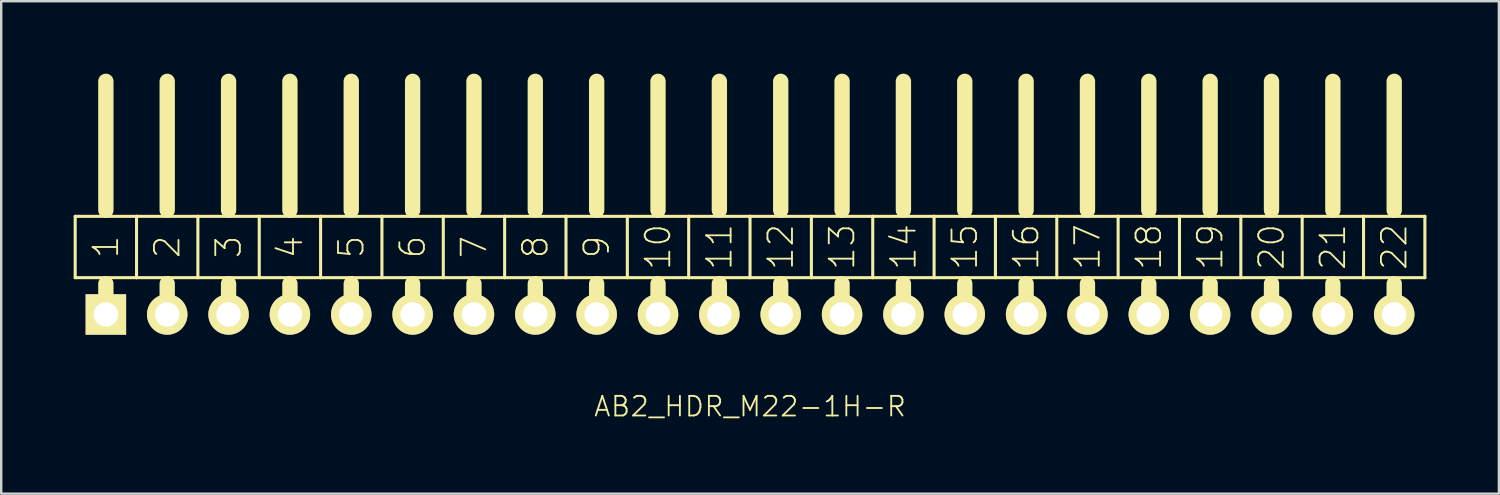
<source format=kicad_pcb>
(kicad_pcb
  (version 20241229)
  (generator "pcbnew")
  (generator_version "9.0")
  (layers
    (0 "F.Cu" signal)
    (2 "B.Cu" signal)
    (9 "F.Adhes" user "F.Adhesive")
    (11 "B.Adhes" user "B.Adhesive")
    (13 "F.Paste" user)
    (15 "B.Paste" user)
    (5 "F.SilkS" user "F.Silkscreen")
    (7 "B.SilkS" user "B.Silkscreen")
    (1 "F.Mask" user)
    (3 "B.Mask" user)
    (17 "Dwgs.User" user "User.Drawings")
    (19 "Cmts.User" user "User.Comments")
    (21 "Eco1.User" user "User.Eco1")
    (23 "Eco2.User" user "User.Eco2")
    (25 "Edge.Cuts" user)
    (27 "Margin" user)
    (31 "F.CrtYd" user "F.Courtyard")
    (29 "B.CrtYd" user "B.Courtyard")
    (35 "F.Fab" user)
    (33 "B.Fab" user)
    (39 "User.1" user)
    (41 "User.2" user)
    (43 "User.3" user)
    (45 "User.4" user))
  (footprint "AB2_HDR_M22-1H-R"
    (layer "F.Cu")
    (at 28.003 9.97)
    (property "Reference" "AB2_HDR_M22-1H-R" (at 0 3.81 0) (layer "F.SilkS") (effects (font (size 0.813 0.813) (thickness 0.076))))
    (attr through_hole)
    (fp_line (start -27.94 -4.064) (end -27.94 -1.524) (stroke (width 0.127) (type solid)) (layer "F.SilkS"))
    (fp_line (start -27.94 -1.524) (end -26.67 -1.524) (stroke (width 0.127) (type solid)) (layer "F.SilkS"))
    (fp_line (start -26.67 -4.318) (end -26.67 -9.652) (stroke (width 0.635) (type solid)) (layer "F.SilkS"))
    (fp_line (start -26.67 -1.524) (end -25.4 -1.524) (stroke (width 0.127) (type solid)) (layer "F.SilkS"))
    (fp_line (start -26.67 -1.27) (end -26.67 0) (stroke (width 0.635) (type solid)) (layer "F.SilkS"))
    (fp_line (start -25.4 -4.064) (end -27.94 -4.064) (stroke (width 0.127) (type solid)) (layer "F.SilkS"))
    (fp_line (start -25.4 -1.524) (end -25.4 -4.064) (stroke (width 0.127) (type solid)) (layer "F.SilkS"))
    (fp_line (start -25.4 -1.524) (end -24.13 -1.524) (stroke (width 0.127) (type solid)) (layer "F.SilkS"))
    (fp_line (start -24.13 -4.318) (end -24.13 -9.652) (stroke (width 0.635) (type solid)) (layer "F.SilkS"))
    (fp_line (start -24.13 -1.524) (end -22.86 -1.524) (stroke (width 0.127) (type solid)) (layer "F.SilkS"))
    (fp_line (start -24.13 -1.27) (end -24.13 0) (stroke (width 0.635) (type solid)) (layer "F.SilkS"))
    (fp_line (start -22.86 -4.064) (end -25.4 -4.064) (stroke (width 0.127) (type solid)) (layer "F.SilkS"))
    (fp_line (start -22.86 -1.524) (end -22.86 -4.064) (stroke (width 0.127) (type solid)) (layer "F.SilkS"))
    (fp_line (start -22.86 -1.524) (end -21.59 -1.524) (stroke (width 0.127) (type solid)) (layer "F.SilkS"))
    (fp_line (start -21.59 -4.318) (end -21.59 -9.652) (stroke (width 0.635) (type solid)) (layer "F.SilkS"))
    (fp_line (start -21.59 -1.524) (end -20.32 -1.524) (stroke (width 0.127) (type solid)) (layer "F.SilkS"))
    (fp_line (start -21.59 -1.27) (end -21.59 0) (stroke (width 0.635) (type solid)) (layer "F.SilkS"))
    (fp_line (start -20.32 -4.064) (end -22.86 -4.064) (stroke (width 0.127) (type solid)) (layer "F.SilkS"))
    (fp_line (start -20.32 -1.524) (end -20.32 -4.064) (stroke (width 0.127) (type solid)) (layer "F.SilkS"))
    (fp_line (start -20.32 -1.524) (end -19.05 -1.524) (stroke (width 0.127) (type solid)) (layer "F.SilkS"))
    (fp_line (start -19.05 -4.318) (end -19.05 -9.652) (stroke (width 0.635) (type solid)) (layer "F.SilkS"))
    (fp_line (start -19.05 -1.524) (end -17.78 -1.524) (stroke (width 0.127) (type solid)) (layer "F.SilkS"))
    (fp_line (start -19.05 -1.27) (end -19.05 0) (stroke (width 0.635) (type solid)) (layer "F.SilkS"))
    (fp_line (start -17.78 -4.064) (end -20.32 -4.064) (stroke (width 0.127) (type solid)) (layer "F.SilkS"))
    (fp_line (start -17.78 -1.524) (end -17.78 -4.064) (stroke (width 0.127) (type solid)) (layer "F.SilkS"))
    (fp_line (start -17.78 -1.524) (end -16.51 -1.524) (stroke (width 0.127) (type solid)) (layer "F.SilkS"))
    (fp_line (start -16.51 -4.318) (end -16.51 -9.652) (stroke (width 0.635) (type solid)) (layer "F.SilkS"))
    (fp_line (start -16.51 -1.524) (end -15.24 -1.524) (stroke (width 0.127) (type solid)) (layer "F.SilkS"))
    (fp_line (start -16.51 -1.27) (end -16.51 0) (stroke (width 0.635) (type solid)) (layer "F.SilkS"))
    (fp_line (start -15.24 -4.064) (end -17.78 -4.064) (stroke (width 0.127) (type solid)) (layer "F.SilkS"))
    (fp_line (start -15.24 -1.524) (end -15.24 -4.064) (stroke (width 0.127) (type solid)) (layer "F.SilkS"))
    (fp_line (start -15.24 -1.524) (end -13.97 -1.524) (stroke (width 0.127) (type solid)) (layer "F.SilkS"))
    (fp_line (start -13.97 -4.318) (end -13.97 -9.652) (stroke (width 0.635) (type solid)) (layer "F.SilkS"))
    (fp_line (start -13.97 -1.524) (end -12.7 -1.524) (stroke (width 0.127) (type solid)) (layer "F.SilkS"))
    (fp_line (start -13.97 -1.27) (end -13.97 0) (stroke (width 0.635) (type solid)) (layer "F.SilkS"))
    (fp_line (start -12.7 -4.064) (end -15.24 -4.064) (stroke (width 0.127) (type solid)) (layer "F.SilkS"))
    (fp_line (start -12.7 -1.524) (end -12.7 -4.064) (stroke (width 0.127) (type solid)) (layer "F.SilkS"))
    (fp_line (start -12.7 -1.524) (end -11.43 -1.524) (stroke (width 0.127) (type solid)) (layer "F.SilkS"))
    (fp_line (start -11.43 -4.318) (end -11.43 -9.652) (stroke (width 0.635) (type solid)) (layer "F.SilkS"))
    (fp_line (start -11.43 -1.524) (end -10.16 -1.524) (stroke (width 0.127) (type solid)) (layer "F.SilkS"))
    (fp_line (start -11.43 -1.27) (end -11.43 0) (stroke (width 0.635) (type solid)) (layer "F.SilkS"))
    (fp_line (start -10.16 -4.064) (end -12.7 -4.064) (stroke (width 0.127) (type solid)) (layer "F.SilkS"))
    (fp_line (start -10.16 -1.524) (end -10.16 -4.064) (stroke (width 0.127) (type solid)) (layer "F.SilkS"))
    (fp_line (start -10.16 -1.524) (end -8.89 -1.524) (stroke (width 0.127) (type solid)) (layer "F.SilkS"))
    (fp_line (start -8.89 -4.318) (end -8.89 -9.652) (stroke (width 0.635) (type solid)) (layer "F.SilkS"))
    (fp_line (start -8.89 -1.524) (end -7.62 -1.524) (stroke (width 0.127) (type solid)) (layer "F.SilkS"))
    (fp_line (start -8.89 -1.27) (end -8.89 0) (stroke (width 0.635) (type solid)) (layer "F.SilkS"))
    (fp_line (start -7.62 -4.064) (end -10.16 -4.064) (stroke (width 0.127) (type solid)) (layer "F.SilkS"))
    (fp_line (start -7.62 -1.524) (end -7.62 -4.064) (stroke (width 0.127) (type solid)) (layer "F.SilkS"))
    (fp_line (start -7.62 -1.524) (end -6.35 -1.524) (stroke (width 0.127) (type solid)) (layer "F.SilkS"))
    (fp_line (start -6.35 -4.318) (end -6.35 -9.652) (stroke (width 0.635) (type solid)) (layer "F.SilkS"))
    (fp_line (start -6.35 -1.524) (end -5.08 -1.524) (stroke (width 0.127) (type solid)) (layer "F.SilkS"))
    (fp_line (start -6.35 -1.27) (end -6.35 0) (stroke (width 0.635) (type solid)) (layer "F.SilkS"))
    (fp_line (start -5.08 -4.064) (end -7.62 -4.064) (stroke (width 0.127) (type solid)) (layer "F.SilkS"))
    (fp_line (start -5.08 -1.524) (end -5.08 -4.064) (stroke (width 0.127) (type solid)) (layer "F.SilkS"))
    (fp_line (start -5.08 -1.524) (end -3.81 -1.524) (stroke (width 0.127) (type solid)) (layer "F.SilkS"))
    (fp_line (start -3.81 -4.318) (end -3.81 -9.652) (stroke (width 0.635) (type solid)) (layer "F.SilkS"))
    (fp_line (start -3.81 -1.524) (end -2.54 -1.524) (stroke (width 0.127) (type solid)) (layer "F.SilkS"))
    (fp_line (start -3.81 -1.27) (end -3.81 0) (stroke (width 0.635) (type solid)) (layer "F.SilkS"))
    (fp_line (start -2.54 -4.064) (end -5.08 -4.064) (stroke (width 0.127) (type solid)) (layer "F.SilkS"))
    (fp_line (start -2.54 -1.524) (end -2.54 -4.064) (stroke (width 0.127) (type solid)) (layer "F.SilkS"))
    (fp_line (start -2.54 -1.524) (end -1.27 -1.524) (stroke (width 0.127) (type solid)) (layer "F.SilkS"))
    (fp_line (start -1.27 -4.318) (end -1.27 -9.652) (stroke (width 0.635) (type solid)) (layer "F.SilkS"))
    (fp_line (start -1.27 -1.524) (end 0 -1.524) (stroke (width 0.127) (type solid)) (layer "F.SilkS"))
    (fp_line (start -1.27 -1.27) (end -1.27 0) (stroke (width 0.635) (type solid)) (layer "F.SilkS"))
    (fp_line (start 0 -4.064) (end -2.54 -4.064) (stroke (width 0.127) (type solid)) (layer "F.SilkS"))
    (fp_line (start 0 -1.524) (end 0 -4.064) (stroke (width 0.127) (type solid)) (layer "F.SilkS"))
    (fp_line (start 0 -1.524) (end 1.27 -1.524) (stroke (width 0.127) (type solid)) (layer "F.SilkS"))
    (fp_line (start 1.27 -4.318) (end 1.27 -9.652) (stroke (width 0.635) (type solid)) (layer "F.SilkS"))
    (fp_line (start 1.27 -1.524) (end 2.54 -1.524) (stroke (width 0.127) (type solid)) (layer "F.SilkS"))
    (fp_line (start 1.27 -1.27) (end 1.27 0) (stroke (width 0.635) (type solid)) (layer "F.SilkS"))
    (fp_line (start 2.54 -4.064) (end 0 -4.064) (stroke (width 0.127) (type solid)) (layer "F.SilkS"))
    (fp_line (start 2.54 -1.524) (end 2.54 -4.064) (stroke (width 0.127) (type solid)) (layer "F.SilkS"))
    (fp_line (start 2.54 -1.524) (end 3.81 -1.524) (stroke (width 0.127) (type solid)) (layer "F.SilkS"))
    (fp_line (start 3.81 -4.318) (end 3.81 -9.652) (stroke (width 0.635) (type solid)) (layer "F.SilkS"))
    (fp_line (start 3.81 -1.524) (end 5.08 -1.524) (stroke (width 0.127) (type solid)) (layer "F.SilkS"))
    (fp_line (start 3.81 -1.27) (end 3.81 0) (stroke (width 0.635) (type solid)) (layer "F.SilkS"))
    (fp_line (start 5.08 -4.064) (end 2.54 -4.064) (stroke (width 0.127) (type solid)) (layer "F.SilkS"))
    (fp_line (start 5.08 -1.524) (end 5.08 -4.064) (stroke (width 0.127) (type solid)) (layer "F.SilkS"))
    (fp_line (start 5.08 -1.524) (end 6.35 -1.524) (stroke (width 0.127) (type solid)) (layer "F.SilkS"))
    (fp_line (start 6.35 -4.318) (end 6.35 -9.652) (stroke (width 0.635) (type solid)) (layer "F.SilkS"))
    (fp_line (start 6.35 -1.524) (end 7.62 -1.524) (stroke (width 0.127) (type solid)) (layer "F.SilkS"))
    (fp_line (start 6.35 -1.27) (end 6.35 0) (stroke (width 0.635) (type solid)) (layer "F.SilkS"))
    (fp_line (start 7.62 -4.064) (end 5.08 -4.064) (stroke (width 0.127) (type solid)) (layer "F.SilkS"))
    (fp_line (start 7.62 -1.524) (end 7.62 -4.064) (stroke (width 0.127) (type solid)) (layer "F.SilkS"))
    (fp_line (start 7.62 -1.524) (end 8.89 -1.524) (stroke (width 0.127) (type solid)) (layer "F.SilkS"))
    (fp_line (start 8.89 -4.318) (end 8.89 -9.652) (stroke (width 0.635) (type solid)) (layer "F.SilkS"))
    (fp_line (start 8.89 -1.524) (end 10.16 -1.524) (stroke (width 0.127) (type solid)) (layer "F.SilkS"))
    (fp_line (start 8.89 -1.27) (end 8.89 0) (stroke (width 0.635) (type solid)) (layer "F.SilkS"))
    (fp_line (start 10.16 -4.064) (end 7.62 -4.064) (stroke (width 0.127) (type solid)) (layer "F.SilkS"))
    (fp_line (start 10.16 -1.524) (end 10.16 -4.064) (stroke (width 0.127) (type solid)) (layer "F.SilkS"))
    (fp_line (start 10.16 -1.524) (end 11.43 -1.524) (stroke (width 0.127) (type solid)) (layer "F.SilkS"))
    (fp_line (start 11.43 -4.318) (end 11.43 -9.652) (stroke (width 0.635) (type solid)) (layer "F.SilkS"))
    (fp_line (start 11.43 -1.524) (end 12.7 -1.524) (stroke (width 0.127) (type solid)) (layer "F.SilkS"))
    (fp_line (start 11.43 -1.27) (end 11.43 0) (stroke (width 0.635) (type solid)) (layer "F.SilkS"))
    (fp_line (start 12.7 -4.064) (end 10.16 -4.064) (stroke (width 0.127) (type solid)) (layer "F.SilkS"))
    (fp_line (start 12.7 -1.524) (end 12.7 -4.064) (stroke (width 0.127) (type solid)) (layer "F.SilkS"))
    (fp_line (start 12.7 -1.524) (end 13.97 -1.524) (stroke (width 0.127) (type solid)) (layer "F.SilkS"))
    (fp_line (start 13.97 -4.318) (end 13.97 -9.652) (stroke (width 0.635) (type solid)) (layer "F.SilkS"))
    (fp_line (start 13.97 -1.524) (end 15.24 -1.524) (stroke (width 0.127) (type solid)) (layer "F.SilkS"))
    (fp_line (start 13.97 -1.27) (end 13.97 0) (stroke (width 0.635) (type solid)) (layer "F.SilkS"))
    (fp_line (start 15.24 -4.064) (end 12.7 -4.064) (stroke (width 0.127) (type solid)) (layer "F.SilkS"))
    (fp_line (start 15.24 -1.524) (end 15.24 -4.064) (stroke (width 0.127) (type solid)) (layer "F.SilkS"))
    (fp_line (start 15.24 -1.524) (end 16.51 -1.524) (stroke (width 0.127) (type solid)) (layer "F.SilkS"))
    (fp_line (start 16.51 -4.318) (end 16.51 -9.652) (stroke (width 0.635) (type solid)) (layer "F.SilkS"))
    (fp_line (start 16.51 -1.524) (end 17.78 -1.524) (stroke (width 0.127) (type solid)) (layer "F.SilkS"))
    (fp_line (start 16.51 -1.27) (end 16.51 0) (stroke (width 0.635) (type solid)) (layer "F.SilkS"))
    (fp_line (start 17.78 -4.064) (end 15.24 -4.064) (stroke (width 0.127) (type solid)) (layer "F.SilkS"))
    (fp_line (start 17.78 -1.524) (end 17.78 -4.064) (stroke (width 0.127) (type solid)) (layer "F.SilkS"))
    (fp_line (start 17.78 -1.524) (end 19.05 -1.524) (stroke (width 0.127) (type solid)) (layer "F.SilkS"))
    (fp_line (start 19.05 -4.318) (end 19.05 -9.652) (stroke (width 0.635) (type solid)) (layer "F.SilkS"))
    (fp_line (start 19.05 -1.524) (end 20.32 -1.524) (stroke (width 0.127) (type solid)) (layer "F.SilkS"))
    (fp_line (start 19.05 -1.27) (end 19.05 0) (stroke (width 0.635) (type solid)) (layer "F.SilkS"))
    (fp_line (start 20.32 -4.064) (end 17.78 -4.064) (stroke (width 0.127) (type solid)) (layer "F.SilkS"))
    (fp_line (start 20.32 -1.524) (end 20.32 -4.064) (stroke (width 0.127) (type solid)) (layer "F.SilkS"))
    (fp_line (start 20.32 -1.524) (end 21.59 -1.524) (stroke (width 0.127) (type solid)) (layer "F.SilkS"))
    (fp_line (start 21.59 -4.318) (end 21.59 -9.652) (stroke (width 0.635) (type solid)) (layer "F.SilkS"))
    (fp_line (start 21.59 -1.524) (end 22.86 -1.524) (stroke (width 0.127) (type solid)) (layer "F.SilkS"))
    (fp_line (start 21.59 -1.27) (end 21.59 0) (stroke (width 0.635) (type solid)) (layer "F.SilkS"))
    (fp_line (start 22.86 -4.064) (end 20.32 -4.064) (stroke (width 0.127) (type solid)) (layer "F.SilkS"))
    (fp_line (start 22.86 -1.524) (end 22.86 -4.064) (stroke (width 0.127) (type solid)) (layer "F.SilkS"))
    (fp_line (start 22.86 -1.524) (end 24.13 -1.524) (stroke (width 0.127) (type solid)) (layer "F.SilkS"))
    (fp_line (start 24.13 -4.318) (end 24.13 -9.652) (stroke (width 0.635) (type solid)) (layer "F.SilkS"))
    (fp_line (start 24.13 -1.524) (end 25.4 -1.524) (stroke (width 0.127) (type solid)) (layer "F.SilkS"))
    (fp_line (start 24.13 -1.27) (end 24.13 0) (stroke (width 0.635) (type solid)) (layer "F.SilkS"))
    (fp_line (start 25.4 -4.064) (end 22.86 -4.064) (stroke (width 0.127) (type solid)) (layer "F.SilkS"))
    (fp_line (start 25.4 -1.524) (end 25.4 -4.064) (stroke (width 0.127) (type solid)) (layer "F.SilkS"))
    (fp_line (start 25.4 -1.524) (end 26.67 -1.524) (stroke (width 0.127) (type solid)) (layer "F.SilkS"))
    (fp_line (start 26.67 -4.318) (end 26.67 -9.652) (stroke (width 0.635) (type solid)) (layer "F.SilkS"))
    (fp_line (start 26.67 -1.524) (end 27.94 -1.524) (stroke (width 0.127) (type solid)) (layer "F.SilkS"))
    (fp_line (start 26.67 -1.27) (end 26.67 0) (stroke (width 0.635) (type solid)) (layer "F.SilkS"))
    (fp_line (start 27.94 -4.064) (end 25.4 -4.064) (stroke (width 0.127) (type solid)) (layer "F.SilkS"))
    (fp_line (start 27.94 -1.524) (end 27.94 -4.064) (stroke (width 0.127) (type solid)) (layer "F.SilkS"))
    (fp_text user "22" (at 26.67 -2.794 90) (layer "F.SilkS") (effects (font (size 1.016 1.016) (thickness 0.076))))
    (fp_text user "16" (at 11.43 -2.794 90) (layer "F.SilkS") (effects (font (size 1.016 1.016) (thickness 0.076))))
    (fp_text user "4" (at -19.05 -2.794 90) (layer "F.SilkS") (effects (font (size 1.016 1.016) (thickness 0.076))))
    (fp_text user "17" (at 13.97 -2.794 90) (layer "F.SilkS") (effects (font (size 1.016 1.016) (thickness 0.076))))
    (fp_text user "1" (at -26.67 -2.794 270) (layer "F.SilkS") (effects (font (size 1.016 1.016) (thickness 0.076))))
    (fp_text user "12" (at 1.27 -2.794 90) (layer "F.SilkS") (effects (font (size 1.016 1.016) (thickness 0.076))))
    (fp_text user "15" (at 8.89 -2.794 90) (layer "F.SilkS") (effects (font (size 1.016 1.016) (thickness 0.076))))
    (fp_text user "20" (at 21.59 -2.794 90) (layer "F.SilkS") (effects (font (size 1.016 1.016) (thickness 0.076))))
    (fp_text user "9" (at -6.35 -2.794 90) (layer "F.SilkS") (effects (font (size 1.016 1.016) (thickness 0.076))))
    (fp_text user "8" (at -8.89 -2.794 90) (layer "F.SilkS") (effects (font (size 1.016 1.016) (thickness 0.076))))
    (fp_text user "5" (at -16.51 -2.794 90) (layer "F.SilkS") (effects (font (size 1.016 1.016) (thickness 0.076))))
    (fp_text user "7" (at -11.43 -2.794 90) (layer "F.SilkS") (effects (font (size 1.016 1.016) (thickness 0.076))))
    (fp_text user "18" (at 16.51 -2.794 90) (layer "F.SilkS") (effects (font (size 1.016 1.016) (thickness 0.076))))
    (fp_text user "11" (at -1.27 -2.794 90) (layer "F.SilkS") (effects (font (size 1.016 1.016) (thickness 0.076))))
    (fp_text user "3" (at -21.59 -2.794 90) (layer "F.SilkS") (effects (font (size 1.016 1.016) (thickness 0.076))))
    (fp_text user "19" (at 19.05 -2.794 90) (layer "F.SilkS") (effects (font (size 1.016 1.016) (thickness 0.076))))
    (fp_text user "6" (at -13.97 -2.794 90) (layer "F.SilkS") (effects (font (size 1.016 1.016) (thickness 0.076))))
    (fp_text user "2" (at -24.13 -2.794 90) (layer "F.SilkS") (effects (font (size 1.016 1.016) (thickness 0.076))))
    (fp_text user "14" (at 6.35 -2.794 90) (layer "F.SilkS") (effects (font (size 1.016 1.016) (thickness 0.076))))
    (fp_text user "13" (at 3.81 -2.794 90) (layer "F.SilkS") (effects (font (size 1.016 1.016) (thickness 0.076))))
    (fp_text user "21" (at 24.13 -2.794 90) (layer "F.SilkS") (effects (font (size 1.016 1.016) (thickness 0.076))))
    (fp_text user "10" (at -3.81 -2.794 90) (layer "F.SilkS") (effects (font (size 1.016 1.016) (thickness 0.076))))
    (pad "1" thru_hole rect (at -26.67 0) (size 1.676 1.676) (drill 1.016) (layers "*.Cu" "*.Mask" "F.SilkS"))
    (pad "2" thru_hole circle (at -24.13 0) (size 1.676 1.676) (drill 1.016) (layers "*.Cu" "*.Mask" "F.SilkS"))
    (pad "3" thru_hole circle (at -21.59 0) (size 1.676 1.676) (drill 1.016) (layers "*.Cu" "*.Mask" "F.SilkS"))
    (pad "4" thru_hole circle (at -19.05 0) (size 1.676 1.676) (drill 1.016) (layers "*.Cu" "*.Mask" "F.SilkS"))
    (pad "5" thru_hole circle (at -16.51 0) (size 1.676 1.676) (drill 1.016) (layers "*.Cu" "*.Mask" "F.SilkS"))
    (pad "6" thru_hole circle (at -13.97 0) (size 1.676 1.676) (drill 1.016) (layers "*.Cu" "*.Mask" "F.SilkS"))
    (pad "7" thru_hole circle (at -11.43 0) (size 1.676 1.676) (drill 1.016) (layers "*.Cu" "*.Mask" "F.SilkS"))
    (pad "8" thru_hole circle (at -8.89 0) (size 1.676 1.676) (drill 1.016) (layers "*.Cu" "*.Mask" "F.SilkS"))
    (pad "9" thru_hole circle (at -6.35 0) (size 1.676 1.676) (drill 1.016) (layers "*.Cu" "*.Mask" "F.SilkS"))
    (pad "10" thru_hole circle (at -3.81 0) (size 1.676 1.676) (drill 1.016) (layers "*.Cu" "*.Mask" "F.SilkS"))
    (pad "11" thru_hole circle (at -1.27 0) (size 1.676 1.676) (drill 1.016) (layers "*.Cu" "*.Mask" "F.SilkS"))
    (pad "12" thru_hole circle (at 1.27 0) (size 1.676 1.676) (drill 1.016) (layers "*.Cu" "*.Mask" "F.SilkS"))
    (pad "13" thru_hole circle (at 3.81 0) (size 1.676 1.676) (drill 1.016) (layers "*.Cu" "*.Mask" "F.SilkS"))
    (pad "14" thru_hole circle (at 6.35 0) (size 1.676 1.676) (drill 1.016) (layers "*.Cu" "*.Mask" "F.SilkS"))
    (pad "15" thru_hole circle (at 8.89 0) (size 1.676 1.676) (drill 1.016) (layers "*.Cu" "*.Mask" "F.SilkS"))
    (pad "16" thru_hole circle (at 11.43 0) (size 1.676 1.676) (drill 1.016) (layers "*.Cu" "*.Mask" "F.SilkS"))
    (pad "17" thru_hole circle (at 13.97 0) (size 1.676 1.676) (drill 1.016) (layers "*.Cu" "*.Mask" "F.SilkS"))
    (pad "18" thru_hole circle (at 16.51 0) (size 1.676 1.676) (drill 1.016) (layers "*.Cu" "*.Mask" "F.SilkS"))
    (pad "19" thru_hole circle (at 19.05 0) (size 1.676 1.676) (drill 1.016) (layers "*.Cu" "*.Mask" "F.SilkS"))
    (pad "20" thru_hole circle (at 21.59 0) (size 1.676 1.676) (drill 1.016) (layers "*.Cu" "*.Mask" "F.SilkS"))
    (pad "21" thru_hole circle (at 24.13 0) (size 1.676 1.676) (drill 1.016) (layers "*.Cu" "*.Mask" "F.SilkS"))
    (pad "22" thru_hole circle (at 26.67 0) (size 1.676 1.676) (drill 1.016) (layers "*.Cu" "*.Mask" "F.SilkS")))
  (gr_rect
    (start -3 -3)
    (end 59.007 17.389)
    (stroke (width 0.1) (type default))
    (fill no)
    (layer "Edge.Cuts")))
</source>
